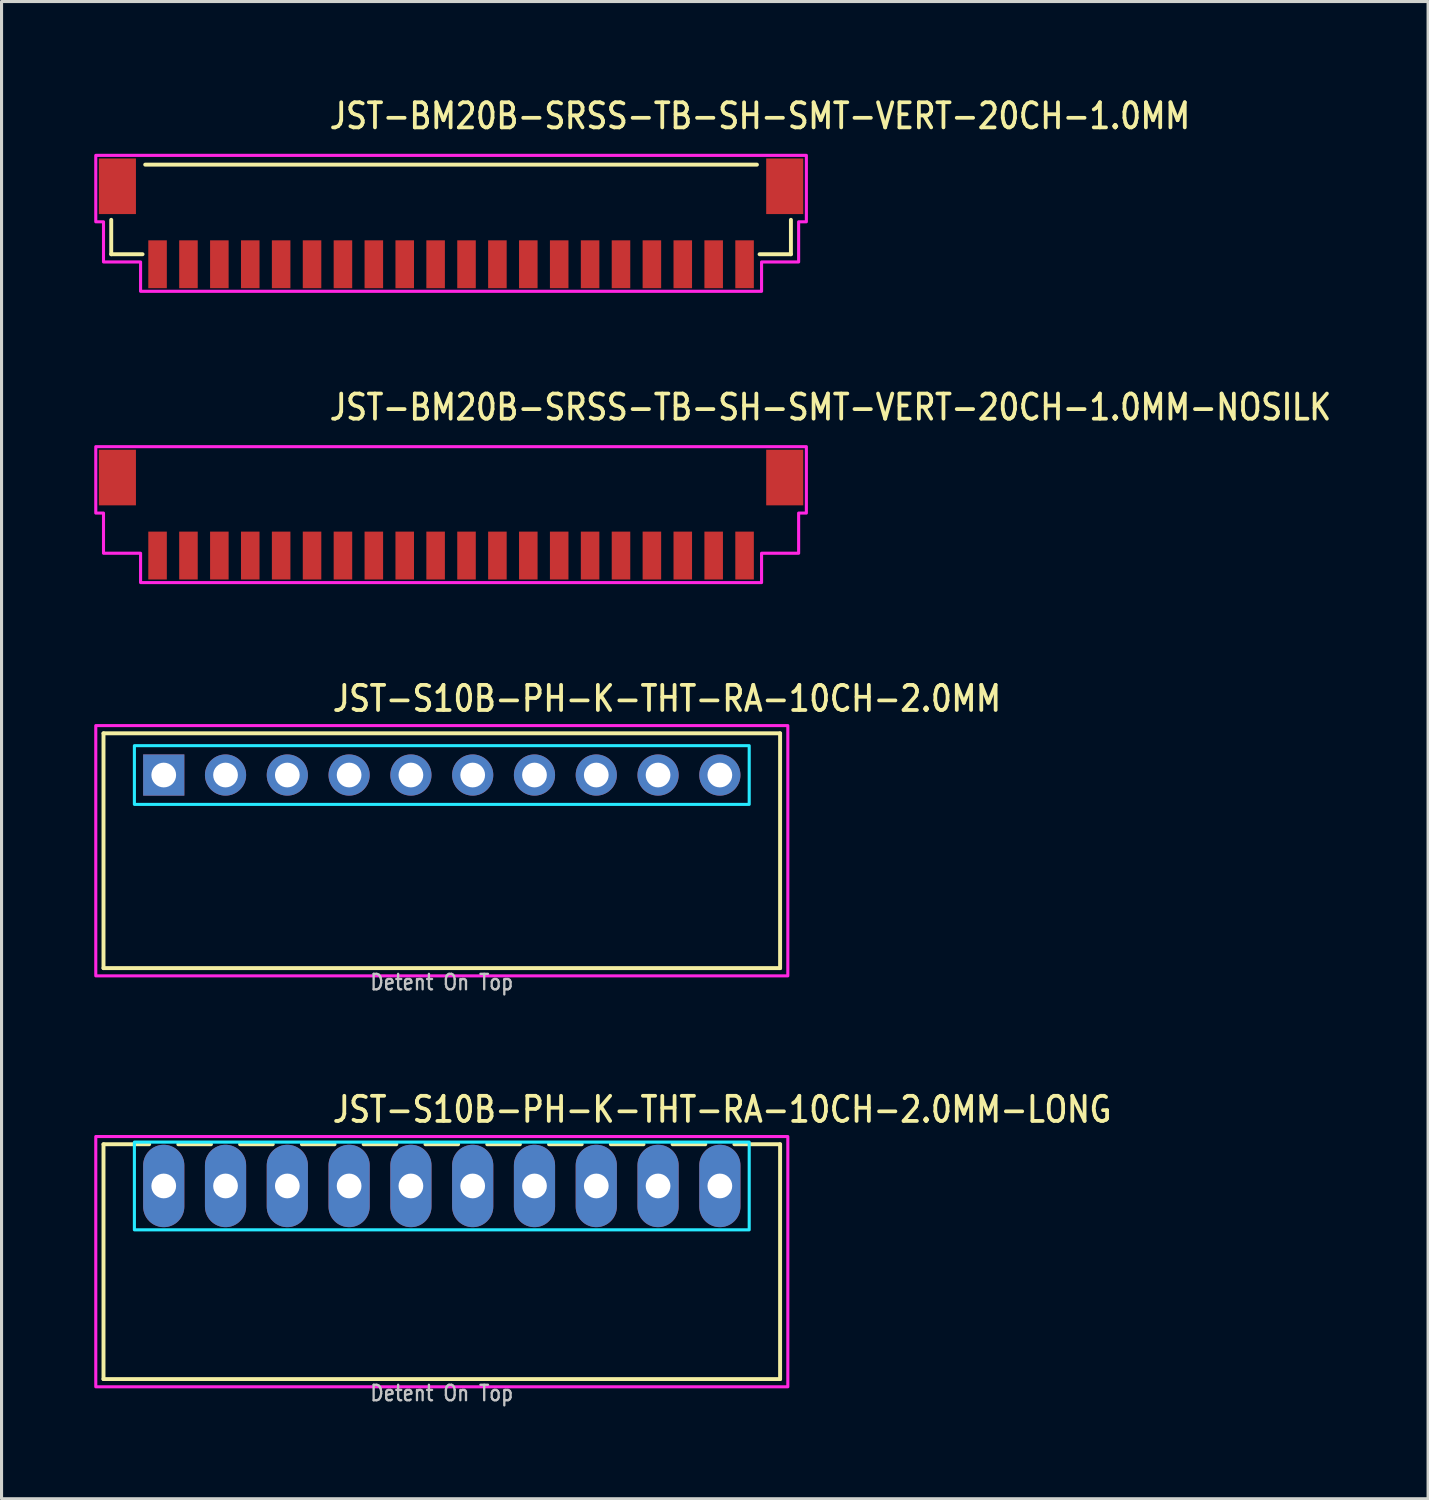
<source format=kicad_pcb>
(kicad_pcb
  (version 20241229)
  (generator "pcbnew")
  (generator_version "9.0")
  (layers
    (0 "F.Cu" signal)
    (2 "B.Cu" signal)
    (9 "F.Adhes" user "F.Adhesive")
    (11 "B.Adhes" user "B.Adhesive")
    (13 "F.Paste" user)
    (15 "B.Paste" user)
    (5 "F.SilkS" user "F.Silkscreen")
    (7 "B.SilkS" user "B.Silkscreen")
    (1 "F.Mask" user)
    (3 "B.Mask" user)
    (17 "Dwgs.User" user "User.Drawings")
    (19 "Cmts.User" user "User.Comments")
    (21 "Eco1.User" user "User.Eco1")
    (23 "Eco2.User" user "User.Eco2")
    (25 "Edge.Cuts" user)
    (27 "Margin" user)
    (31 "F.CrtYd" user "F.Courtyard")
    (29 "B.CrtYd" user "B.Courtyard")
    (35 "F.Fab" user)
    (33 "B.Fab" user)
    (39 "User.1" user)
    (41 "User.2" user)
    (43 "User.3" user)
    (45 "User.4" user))
  (footprint "JST-BM20B-SRSS-TB-SH-SMT-VERT-20CH-1.0MM"
    (layer "F.Cu")
    (at 11.55 4.179)
    (property "Reference" "JST-BM20B-SRSS-TB-SH-SMT-VERT-20CH-1.0MM" (at -4 -3 0) (unlocked yes) (layer "F.SilkS") (effects (font (size 0.813 0.695) (thickness 0.122)) (justify left bottom)))
    (fp_line (start -11 -0.114) (end -11 1) (stroke (width 0.127) (type solid)) (layer "F.SilkS"))
    (fp_line (start -11 1) (end -9.986 1) (stroke (width 0.127) (type solid)) (layer "F.SilkS"))
    (fp_line (start -9.9 -1.9) (end 9.9 -1.9) (stroke (width 0.127) (type solid)) (layer "F.SilkS"))
    (fp_line (start 9.986 1) (end 11 1) (stroke (width 0.127) (type solid)) (layer "F.SilkS"))
    (fp_line (start 11 1) (end 11 -0.114) (stroke (width 0.127) (type solid)) (layer "F.SilkS"))
    (fp_poly (pts (xy -11.5 -2.2) (xy -11.5 -0.05) (xy -11.25 -0.05) (xy -11.25 1.25) (xy -10.05 1.25) (xy -10.05 2.2) (xy 10.05 2.2) (xy 10.05 1.25) (xy 11.25 1.25) (xy 11.25 -0.05) (xy 11.5 -0.05) (xy 11.5 -2.2)) (stroke (width 0.1) (type solid)) (fill no) (layer "F.CrtYd"))
    (pad "1" smd rect (at -9.5 1.325) (size 0.6 1.55) (layers "F.Cu" "F.Mask" "F.Paste"))
    (pad "2" smd rect (at -8.5 1.325) (size 0.6 1.55) (layers "F.Cu" "F.Mask" "F.Paste"))
    (pad "3" smd rect (at -7.5 1.325) (size 0.6 1.55) (layers "F.Cu" "F.Mask" "F.Paste"))
    (pad "4" smd rect (at -6.5 1.325) (size 0.6 1.55) (layers "F.Cu" "F.Mask" "F.Paste"))
    (pad "5" smd rect (at -5.5 1.325) (size 0.6 1.55) (layers "F.Cu" "F.Mask" "F.Paste"))
    (pad "6" smd rect (at -4.5 1.325) (size 0.6 1.55) (layers "F.Cu" "F.Mask" "F.Paste"))
    (pad "7" smd rect (at -3.5 1.325) (size 0.6 1.55) (layers "F.Cu" "F.Mask" "F.Paste"))
    (pad "8" smd rect (at -2.5 1.325) (size 0.6 1.55) (layers "F.Cu" "F.Mask" "F.Paste"))
    (pad "9" smd rect (at -1.5 1.325) (size 0.6 1.55) (layers "F.Cu" "F.Mask" "F.Paste"))
    (pad "10" smd rect (at -0.5 1.325) (size 0.6 1.55) (layers "F.Cu" "F.Mask" "F.Paste"))
    (pad "11" smd rect (at 0.5 1.325) (size 0.6 1.55) (layers "F.Cu" "F.Mask" "F.Paste"))
    (pad "12" smd rect (at 1.5 1.325) (size 0.6 1.55) (layers "F.Cu" "F.Mask" "F.Paste"))
    (pad "13" smd rect (at 2.5 1.325) (size 0.6 1.55) (layers "F.Cu" "F.Mask" "F.Paste"))
    (pad "14" smd rect (at 3.5 1.325) (size 0.6 1.55) (layers "F.Cu" "F.Mask" "F.Paste"))
    (pad "15" smd rect (at 4.5 1.325) (size 0.6 1.55) (layers "F.Cu" "F.Mask" "F.Paste"))
    (pad "16" smd rect (at 5.5 1.325) (size 0.6 1.55) (layers "F.Cu" "F.Mask" "F.Paste"))
    (pad "17" smd rect (at 6.5 1.325) (size 0.6 1.55) (layers "F.Cu" "F.Mask" "F.Paste"))
    (pad "18" smd rect (at 7.5 1.325) (size 0.6 1.55) (layers "F.Cu" "F.Mask" "F.Paste"))
    (pad "19" smd rect (at 8.5 1.325) (size 0.6 1.55) (layers "F.Cu" "F.Mask" "F.Paste"))
    (pad "20" smd rect (at 9.5 1.325) (size 0.6 1.55) (layers "F.Cu" "F.Mask" "F.Paste"))
    (pad "S_20" smd rect (at 10.8 -1.2) (size 1.2 1.8) (layers "F.Cu" "F.Mask" "F.Paste"))
    (pad "S_21" smd rect (at -10.8 -1.2) (size 1.2 1.8) (layers "F.Cu" "F.Mask" "F.Paste")))
  (footprint "JST-S10B-PH-K-THT-RA-10CH-2.0MM"
    (layer "F.Cu")
    (at 11.25 22.036)
    (property "Reference" "JST-S10B-PH-K-THT-RA-10CH-2.0MM" (at -3.6 -2 0) (unlocked yes) (layer "F.SilkS") (effects (font (size 0.813 0.695) (thickness 0.122)) (justify left bottom)))
    (fp_line (start -10.95 -1.35) (end 10.95 -1.35) (stroke (width 0.127) (type solid)) (layer "F.SilkS"))
    (fp_line (start -10.95 6.25) (end -10.95 -1.35) (stroke (width 0.127) (type solid)) (layer "F.SilkS"))
    (fp_line (start -10.95 6.25) (end 10.95 6.25) (stroke (width 0.127) (type solid)) (layer "F.SilkS"))
    (fp_line (start 10.95 -1.35) (end 10.95 6.25) (stroke (width 0.127) (type solid)) (layer "F.SilkS"))
    (fp_poly (pts (xy -9.95 -0.95) (xy -9.95 0.95) (xy 9.95 0.95) (xy 9.95 -0.95)) (stroke (width 0.1) (type solid)) (fill no) (layer "B.CrtYd"))
    (fp_poly (pts (xy -11.2 -1.6) (xy -11.2 6.5) (xy 11.2 6.5) (xy 11.2 -1.6)) (stroke (width 0.1) (type solid)) (fill no) (layer "F.CrtYd"))
    (fp_text user "Detent On Top" (at 0 7 0) (unlocked yes) (layer "Dwgs.User") (effects (font (size 0.5 0.427) (thickness 0.075)) (justify bottom)))
    (pad "1" thru_hole rect (at -9 0) (size 1.333 1.333) (drill 0.8) (layers "*.Cu" "*.Mask"))
    (pad "2" thru_hole oval (at -7 0) (size 1.333 1.333) (drill 0.8) (layers "*.Cu" "*.Mask"))
    (pad "3" thru_hole oval (at -5 0) (size 1.333 1.333) (drill 0.8) (layers "*.Cu" "*.Mask"))
    (pad "4" thru_hole oval (at -3 0) (size 1.333 1.333) (drill 0.8) (layers "*.Cu" "*.Mask"))
    (pad "5" thru_hole oval (at -1 0) (size 1.333 1.333) (drill 0.8) (layers "*.Cu" "*.Mask"))
    (pad "6" thru_hole oval (at 1 0) (size 1.333 1.333) (drill 0.8) (layers "*.Cu" "*.Mask"))
    (pad "7" thru_hole oval (at 3 0) (size 1.333 1.333) (drill 0.8) (layers "*.Cu" "*.Mask"))
    (pad "8" thru_hole oval (at 5 0) (size 1.333 1.333) (drill 0.8) (layers "*.Cu" "*.Mask"))
    (pad "9" thru_hole oval (at 7 0) (size 1.333 1.333) (drill 0.8) (layers "*.Cu" "*.Mask"))
    (pad "10" thru_hole oval (at 9 0) (size 1.333 1.333) (drill 0.8) (layers "*.Cu" "*.Mask")))
  (footprint "JST-BM20B-SRSS-TB-SH-SMT-VERT-20CH-1.0MM-NOSILK"
    (layer "F.Cu")
    (at 11.55 13.607)
    (property "Reference" "JST-BM20B-SRSS-TB-SH-SMT-VERT-20CH-1.0MM-NOSILK" (at -4 -3 0) (unlocked yes) (layer "F.SilkS") (effects (font (size 0.813 0.695) (thickness 0.122)) (justify left bottom)))
    (fp_poly (pts (xy -11.5 -2.2) (xy -11.5 -0.05) (xy -11.25 -0.05) (xy -11.25 1.25) (xy -10.05 1.25) (xy -10.05 2.2) (xy 10.05 2.2) (xy 10.05 1.25) (xy 11.25 1.25) (xy 11.25 -0.05) (xy 11.5 -0.05) (xy 11.5 -2.2)) (stroke (width 0.1) (type solid)) (fill no) (layer "F.CrtYd"))
    (pad "1" smd rect (at -9.5 1.325) (size 0.6 1.55) (layers "F.Cu" "F.Mask" "F.Paste"))
    (pad "2" smd rect (at -8.5 1.325) (size 0.6 1.55) (layers "F.Cu" "F.Mask" "F.Paste"))
    (pad "3" smd rect (at -7.5 1.325) (size 0.6 1.55) (layers "F.Cu" "F.Mask" "F.Paste"))
    (pad "4" smd rect (at -6.5 1.325) (size 0.6 1.55) (layers "F.Cu" "F.Mask" "F.Paste"))
    (pad "5" smd rect (at -5.5 1.325) (size 0.6 1.55) (layers "F.Cu" "F.Mask" "F.Paste"))
    (pad "6" smd rect (at -4.5 1.325) (size 0.6 1.55) (layers "F.Cu" "F.Mask" "F.Paste"))
    (pad "7" smd rect (at -3.5 1.325) (size 0.6 1.55) (layers "F.Cu" "F.Mask" "F.Paste"))
    (pad "8" smd rect (at -2.5 1.325) (size 0.6 1.55) (layers "F.Cu" "F.Mask" "F.Paste"))
    (pad "9" smd rect (at -1.5 1.325) (size 0.6 1.55) (layers "F.Cu" "F.Mask" "F.Paste"))
    (pad "10" smd rect (at -0.5 1.325) (size 0.6 1.55) (layers "F.Cu" "F.Mask" "F.Paste"))
    (pad "11" smd rect (at 0.5 1.325) (size 0.6 1.55) (layers "F.Cu" "F.Mask" "F.Paste"))
    (pad "12" smd rect (at 1.5 1.325) (size 0.6 1.55) (layers "F.Cu" "F.Mask" "F.Paste"))
    (pad "13" smd rect (at 2.5 1.325) (size 0.6 1.55) (layers "F.Cu" "F.Mask" "F.Paste"))
    (pad "14" smd rect (at 3.5 1.325) (size 0.6 1.55) (layers "F.Cu" "F.Mask" "F.Paste"))
    (pad "15" smd rect (at 4.5 1.325) (size 0.6 1.55) (layers "F.Cu" "F.Mask" "F.Paste"))
    (pad "16" smd rect (at 5.5 1.325) (size 0.6 1.55) (layers "F.Cu" "F.Mask" "F.Paste"))
    (pad "17" smd rect (at 6.5 1.325) (size 0.6 1.55) (layers "F.Cu" "F.Mask" "F.Paste"))
    (pad "18" smd rect (at 7.5 1.325) (size 0.6 1.55) (layers "F.Cu" "F.Mask" "F.Paste"))
    (pad "19" smd rect (at 8.5 1.325) (size 0.6 1.55) (layers "F.Cu" "F.Mask" "F.Paste"))
    (pad "20" smd rect (at 9.5 1.325) (size 0.6 1.55) (layers "F.Cu" "F.Mask" "F.Paste"))
    (pad "S_20" smd rect (at 10.8 -1.2) (size 1.2 1.8) (layers "F.Cu" "F.Mask" "F.Paste"))
    (pad "S_21" smd rect (at -10.8 -1.2) (size 1.2 1.8) (layers "F.Cu" "F.Mask" "F.Paste")))
  (footprint "JST-S10B-PH-K-THT-RA-10CH-2.0MM-LONG"
    (layer "F.Cu")
    (at 11.25 35.337)
    (property "Reference" "JST-S10B-PH-K-THT-RA-10CH-2.0MM-LONG" (at -3.6 -2 0) (unlocked yes) (layer "F.SilkS") (effects (font (size 0.813 0.695) (thickness 0.122)) (justify left bottom)))
    (fp_line (start -10.95 -1.35) (end -9.471 -1.35) (stroke (width 0.127) (type solid)) (layer "F.SilkS"))
    (fp_line (start -10.95 6.25) (end -10.95 -1.35) (stroke (width 0.127) (type solid)) (layer "F.SilkS"))
    (fp_line (start -10.95 6.25) (end 10.95 6.25) (stroke (width 0.127) (type solid)) (layer "F.SilkS"))
    (fp_line (start -8.529 -1.35) (end -7.471 -1.35) (stroke (width 0.127) (type solid)) (layer "F.SilkS"))
    (fp_line (start -6.529 -1.35) (end -5.471 -1.35) (stroke (width 0.127) (type solid)) (layer "F.SilkS"))
    (fp_line (start -4.529 -1.35) (end -3.471 -1.35) (stroke (width 0.127) (type solid)) (layer "F.SilkS"))
    (fp_line (start -2.529 -1.35) (end -1.471 -1.35) (stroke (width 0.127) (type solid)) (layer "F.SilkS"))
    (fp_line (start -0.529 -1.35) (end 0.529 -1.35) (stroke (width 0.127) (type solid)) (layer "F.SilkS"))
    (fp_line (start 1.471 -1.35) (end 2.529 -1.35) (stroke (width 0.127) (type solid)) (layer "F.SilkS"))
    (fp_line (start 3.471 -1.35) (end 4.529 -1.35) (stroke (width 0.127) (type solid)) (layer "F.SilkS"))
    (fp_line (start 5.471 -1.35) (end 6.529 -1.35) (stroke (width 0.127) (type solid)) (layer "F.SilkS"))
    (fp_line (start 7.471 -1.35) (end 8.529 -1.35) (stroke (width 0.127) (type solid)) (layer "F.SilkS"))
    (fp_line (start 9.471 -1.35) (end 10.95 -1.35) (stroke (width 0.127) (type solid)) (layer "F.SilkS"))
    (fp_line (start 10.95 -1.35) (end 10.95 6.25) (stroke (width 0.127) (type solid)) (layer "F.SilkS"))
    (fp_poly (pts (xy -9.95 -1.42) (xy -9.95 1.42) (xy 9.95 1.42) (xy 9.95 -1.42)) (stroke (width 0.1) (type solid)) (fill no) (layer "B.CrtYd"))
    (fp_poly (pts (xy -11.2 -1.6) (xy -11.2 6.5) (xy 11.2 6.5) (xy 11.2 -1.6)) (stroke (width 0.1) (type solid)) (fill no) (layer "F.CrtYd"))
    (fp_text user "Detent On Top" (at 0 7 0) (unlocked yes) (layer "Dwgs.User") (effects (font (size 0.5 0.427) (thickness 0.075)) (justify bottom)))
    (pad "1" thru_hole oval (at -9 0 90) (size 2.667 1.333) (drill 0.8) (layers "*.Cu" "*.Mask"))
    (pad "2" thru_hole oval (at -7 0 90) (size 2.667 1.333) (drill 0.8) (layers "*.Cu" "*.Mask"))
    (pad "3" thru_hole oval (at -5 0 90) (size 2.667 1.333) (drill 0.8) (layers "*.Cu" "*.Mask"))
    (pad "4" thru_hole oval (at -3 0 90) (size 2.667 1.333) (drill 0.8) (layers "*.Cu" "*.Mask"))
    (pad "5" thru_hole oval (at -1 0 90) (size 2.667 1.333) (drill 0.8) (layers "*.Cu" "*.Mask"))
    (pad "6" thru_hole oval (at 1 0 90) (size 2.667 1.333) (drill 0.8) (layers "*.Cu" "*.Mask"))
    (pad "7" thru_hole oval (at 3 0 90) (size 2.667 1.333) (drill 0.8) (layers "*.Cu" "*.Mask"))
    (pad "8" thru_hole oval (at 5 0 90) (size 2.667 1.333) (drill 0.8) (layers "*.Cu" "*.Mask"))
    (pad "9" thru_hole oval (at 7 0 90) (size 2.667 1.333) (drill 0.8) (layers "*.Cu" "*.Mask"))
    (pad "10" thru_hole oval (at 9 0 90) (size 2.667 1.333) (drill 0.8) (layers "*.Cu" "*.Mask")))
  (gr_rect
    (start -3 -3)
    (end 43.174 45.461)
    (stroke (width 0.1) (type default))
    (fill no)
    (layer "Edge.Cuts")))
</source>
